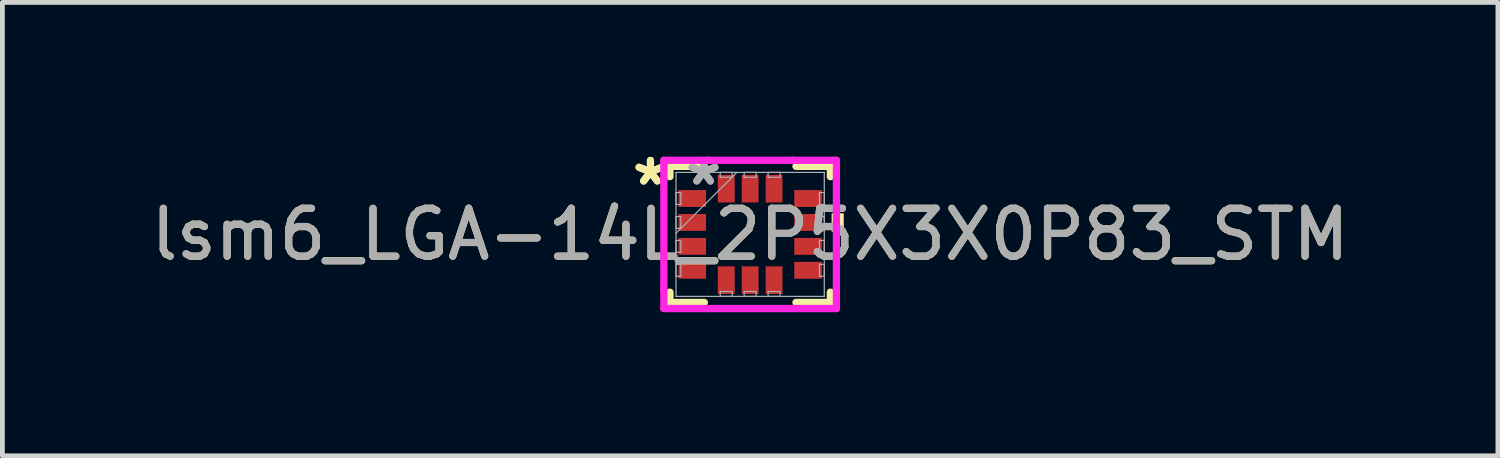
<source format=kicad_pcb>
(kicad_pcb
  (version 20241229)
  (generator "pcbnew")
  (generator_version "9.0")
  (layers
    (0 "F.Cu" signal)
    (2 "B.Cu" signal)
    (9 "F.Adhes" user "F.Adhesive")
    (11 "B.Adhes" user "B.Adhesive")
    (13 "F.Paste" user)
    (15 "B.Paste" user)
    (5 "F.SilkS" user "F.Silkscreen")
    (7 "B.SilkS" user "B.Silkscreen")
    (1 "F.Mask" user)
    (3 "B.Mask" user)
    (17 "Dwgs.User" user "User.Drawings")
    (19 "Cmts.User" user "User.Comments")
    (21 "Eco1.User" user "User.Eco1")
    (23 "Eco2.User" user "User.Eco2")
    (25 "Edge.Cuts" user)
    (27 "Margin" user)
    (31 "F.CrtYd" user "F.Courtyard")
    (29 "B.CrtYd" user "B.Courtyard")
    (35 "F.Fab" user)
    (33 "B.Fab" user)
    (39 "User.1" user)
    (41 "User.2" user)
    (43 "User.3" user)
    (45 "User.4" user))
  (footprint "lsm6_LGA-14L_2P5X3X0P83_STM"
    (layer "F.Cu")
    (at 12.625 1.848)
    (property "Reference" "lsm6_LGA-14L_2P5X3X0P83_STM" (at 0 0 0) (unlocked yes) (layer "F.SilkS") (effects (font (size 1 1) (thickness 0.15))))
    (attr smd)
    (fp_line (start -1.676 -1.422) (end -1.676 -1.207) (stroke (width 0.152) (type solid)) (layer "F.SilkS"))
    (fp_line (start -1.676 1.207) (end -1.676 1.422) (stroke (width 0.152) (type solid)) (layer "F.SilkS"))
    (fp_line (start -1.676 1.422) (end -0.957 1.422) (stroke (width 0.152) (type solid)) (layer "F.SilkS"))
    (fp_line (start -0.957 -1.422) (end -1.676 -1.422) (stroke (width 0.152) (type solid)) (layer "F.SilkS"))
    (fp_line (start 0.957 1.422) (end 1.676 1.422) (stroke (width 0.152) (type solid)) (layer "F.SilkS"))
    (fp_line (start 1.676 -1.422) (end 0.957 -1.422) (stroke (width 0.152) (type solid)) (layer "F.SilkS"))
    (fp_line (start 1.676 -1.207) (end 1.676 -1.422) (stroke (width 0.152) (type solid)) (layer "F.SilkS"))
    (fp_line (start 1.676 1.422) (end 1.676 1.207) (stroke (width 0.152) (type solid)) (layer "F.SilkS"))
    (fp_poly (pts (xy 1.956 -0.441) (xy 1.956 -0.059) (xy 1.702 -0.059) (xy 1.702 -0.441)) (stroke (width 0) (type solid)) (fill yes) (layer "F.SilkS"))
    (fp_line (start -1.803 -1.549) (end -0.879 -1.549) (stroke (width 0.152) (type solid)) (layer "F.CrtYd"))
    (fp_line (start -1.803 -1.129) (end -1.803 -1.549) (stroke (width 0.152) (type solid)) (layer "F.CrtYd"))
    (fp_line (start -1.803 -1.129) (end -1.803 -1.129) (stroke (width 0.152) (type solid)) (layer "F.CrtYd"))
    (fp_line (start -1.803 1.129) (end -1.803 -1.129) (stroke (width 0.152) (type solid)) (layer "F.CrtYd"))
    (fp_line (start -1.803 1.129) (end -1.803 1.129) (stroke (width 0.152) (type solid)) (layer "F.CrtYd"))
    (fp_line (start -1.803 1.549) (end -1.803 1.129) (stroke (width 0.152) (type solid)) (layer "F.CrtYd"))
    (fp_line (start -0.879 -1.549) (end -0.879 -1.549) (stroke (width 0.152) (type solid)) (layer "F.CrtYd"))
    (fp_line (start -0.879 -1.549) (end 0.879 -1.549) (stroke (width 0.152) (type solid)) (layer "F.CrtYd"))
    (fp_line (start -0.879 1.549) (end -1.803 1.549) (stroke (width 0.152) (type solid)) (layer "F.CrtYd"))
    (fp_line (start -0.879 1.549) (end -0.879 1.549) (stroke (width 0.152) (type solid)) (layer "F.CrtYd"))
    (fp_line (start 0.879 -1.549) (end 0.879 -1.549) (stroke (width 0.152) (type solid)) (layer "F.CrtYd"))
    (fp_line (start 0.879 -1.549) (end 1.803 -1.549) (stroke (width 0.152) (type solid)) (layer "F.CrtYd"))
    (fp_line (start 0.879 1.549) (end -0.879 1.549) (stroke (width 0.152) (type solid)) (layer "F.CrtYd"))
    (fp_line (start 0.879 1.549) (end 0.879 1.549) (stroke (width 0.152) (type solid)) (layer "F.CrtYd"))
    (fp_line (start 1.803 -1.549) (end 1.803 -1.129) (stroke (width 0.152) (type solid)) (layer "F.CrtYd"))
    (fp_line (start 1.803 -1.129) (end 1.803 -1.129) (stroke (width 0.152) (type solid)) (layer "F.CrtYd"))
    (fp_line (start 1.803 -1.129) (end 1.803 1.129) (stroke (width 0.152) (type solid)) (layer "F.CrtYd"))
    (fp_line (start 1.803 1.129) (end 1.803 1.129) (stroke (width 0.152) (type solid)) (layer "F.CrtYd"))
    (fp_line (start 1.803 1.129) (end 1.803 1.549) (stroke (width 0.152) (type solid)) (layer "F.CrtYd"))
    (fp_line (start 1.803 1.549) (end 0.879 1.549) (stroke (width 0.152) (type solid)) (layer "F.CrtYd"))
    (fp_line (start -1.549 -1.295) (end -1.549 -1.295) (stroke (width 0.025) (type solid)) (layer "F.Fab"))
    (fp_line (start -1.549 -1.295) (end -1.549 1.295) (stroke (width 0.025) (type solid)) (layer "F.Fab"))
    (fp_line (start -1.549 -0.875) (end -1.448 -0.875) (stroke (width 0.025) (type solid)) (layer "F.Fab"))
    (fp_line (start -1.549 -0.625) (end -1.549 -0.875) (stroke (width 0.025) (type solid)) (layer "F.Fab"))
    (fp_line (start -1.549 -0.375) (end -1.448 -0.375) (stroke (width 0.025) (type solid)) (layer "F.Fab"))
    (fp_line (start -1.549 -0.125) (end -1.549 -0.375) (stroke (width 0.025) (type solid)) (layer "F.Fab"))
    (fp_line (start -1.549 -0.025) (end -0.279 -1.295) (stroke (width 0.025) (type solid)) (layer "F.Fab"))
    (fp_line (start -1.549 0.125) (end -1.448 0.125) (stroke (width 0.025) (type solid)) (layer "F.Fab"))
    (fp_line (start -1.549 0.375) (end -1.549 0.125) (stroke (width 0.025) (type solid)) (layer "F.Fab"))
    (fp_line (start -1.549 0.625) (end -1.448 0.625) (stroke (width 0.025) (type solid)) (layer "F.Fab"))
    (fp_line (start -1.549 0.875) (end -1.549 0.625) (stroke (width 0.025) (type solid)) (layer "F.Fab"))
    (fp_line (start -1.549 1.295) (end -1.549 1.295) (stroke (width 0.025) (type solid)) (layer "F.Fab"))
    (fp_line (start -1.549 1.295) (end 1.549 1.295) (stroke (width 0.025) (type solid)) (layer "F.Fab"))
    (fp_line (start -1.448 -0.875) (end -1.448 -0.625) (stroke (width 0.025) (type solid)) (layer "F.Fab"))
    (fp_line (start -1.448 -0.625) (end -1.549 -0.625) (stroke (width 0.025) (type solid)) (layer "F.Fab"))
    (fp_line (start -1.448 -0.375) (end -1.448 -0.125) (stroke (width 0.025) (type solid)) (layer "F.Fab"))
    (fp_line (start -1.448 -0.125) (end -1.549 -0.125) (stroke (width 0.025) (type solid)) (layer "F.Fab"))
    (fp_line (start -1.448 0.125) (end -1.448 0.375) (stroke (width 0.025) (type solid)) (layer "F.Fab"))
    (fp_line (start -1.448 0.375) (end -1.549 0.375) (stroke (width 0.025) (type solid)) (layer "F.Fab"))
    (fp_line (start -1.448 0.625) (end -1.448 0.875) (stroke (width 0.025) (type solid)) (layer "F.Fab"))
    (fp_line (start -1.448 0.875) (end -1.549 0.875) (stroke (width 0.025) (type solid)) (layer "F.Fab"))
    (fp_line (start -0.625 -1.295) (end -0.375 -1.295) (stroke (width 0.025) (type solid)) (layer "F.Fab"))
    (fp_line (start -0.625 -1.194) (end -0.625 -1.295) (stroke (width 0.025) (type solid)) (layer "F.Fab"))
    (fp_line (start -0.625 1.194) (end -0.375 1.194) (stroke (width 0.025) (type solid)) (layer "F.Fab"))
    (fp_line (start -0.625 1.295) (end -0.625 1.194) (stroke (width 0.025) (type solid)) (layer "F.Fab"))
    (fp_line (start -0.375 -1.295) (end -0.375 -1.194) (stroke (width 0.025) (type solid)) (layer "F.Fab"))
    (fp_line (start -0.375 -1.194) (end -0.625 -1.194) (stroke (width 0.025) (type solid)) (layer "F.Fab"))
    (fp_line (start -0.375 1.194) (end -0.375 1.295) (stroke (width 0.025) (type solid)) (layer "F.Fab"))
    (fp_line (start -0.375 1.295) (end -0.625 1.295) (stroke (width 0.025) (type solid)) (layer "F.Fab"))
    (fp_line (start -0.125 -1.295) (end 0.125 -1.295) (stroke (width 0.025) (type solid)) (layer "F.Fab"))
    (fp_line (start -0.125 -1.194) (end -0.125 -1.295) (stroke (width 0.025) (type solid)) (layer "F.Fab"))
    (fp_line (start -0.125 1.194) (end 0.125 1.194) (stroke (width 0.025) (type solid)) (layer "F.Fab"))
    (fp_line (start -0.125 1.295) (end -0.125 1.194) (stroke (width 0.025) (type solid)) (layer "F.Fab"))
    (fp_line (start 0.125 -1.295) (end 0.125 -1.194) (stroke (width 0.025) (type solid)) (layer "F.Fab"))
    (fp_line (start 0.125 -1.194) (end -0.125 -1.194) (stroke (width 0.025) (type solid)) (layer "F.Fab"))
    (fp_line (start 0.125 1.194) (end 0.125 1.295) (stroke (width 0.025) (type solid)) (layer "F.Fab"))
    (fp_line (start 0.125 1.295) (end -0.125 1.295) (stroke (width 0.025) (type solid)) (layer "F.Fab"))
    (fp_line (start 0.375 -1.295) (end 0.625 -1.295) (stroke (width 0.025) (type solid)) (layer "F.Fab"))
    (fp_line (start 0.375 -1.194) (end 0.375 -1.295) (stroke (width 0.025) (type solid)) (layer "F.Fab"))
    (fp_line (start 0.375 1.194) (end 0.625 1.194) (stroke (width 0.025) (type solid)) (layer "F.Fab"))
    (fp_line (start 0.375 1.295) (end 0.375 1.194) (stroke (width 0.025) (type solid)) (layer "F.Fab"))
    (fp_line (start 0.625 -1.295) (end 0.625 -1.194) (stroke (width 0.025) (type solid)) (layer "F.Fab"))
    (fp_line (start 0.625 -1.194) (end 0.375 -1.194) (stroke (width 0.025) (type solid)) (layer "F.Fab"))
    (fp_line (start 0.625 1.194) (end 0.625 1.295) (stroke (width 0.025) (type solid)) (layer "F.Fab"))
    (fp_line (start 0.625 1.295) (end 0.375 1.295) (stroke (width 0.025) (type solid)) (layer "F.Fab"))
    (fp_line (start 1.448 -0.875) (end 1.549 -0.875) (stroke (width 0.025) (type solid)) (layer "F.Fab"))
    (fp_line (start 1.448 -0.625) (end 1.448 -0.875) (stroke (width 0.025) (type solid)) (layer "F.Fab"))
    (fp_line (start 1.448 -0.375) (end 1.549 -0.375) (stroke (width 0.025) (type solid)) (layer "F.Fab"))
    (fp_line (start 1.448 -0.125) (end 1.448 -0.375) (stroke (width 0.025) (type solid)) (layer "F.Fab"))
    (fp_line (start 1.448 0.125) (end 1.549 0.125) (stroke (width 0.025) (type solid)) (layer "F.Fab"))
    (fp_line (start 1.448 0.375) (end 1.448 0.125) (stroke (width 0.025) (type solid)) (layer "F.Fab"))
    (fp_line (start 1.448 0.625) (end 1.549 0.625) (stroke (width 0.025) (type solid)) (layer "F.Fab"))
    (fp_line (start 1.448 0.875) (end 1.448 0.625) (stroke (width 0.025) (type solid)) (layer "F.Fab"))
    (fp_line (start 1.549 -1.295) (end -1.549 -1.295) (stroke (width 0.025) (type solid)) (layer "F.Fab"))
    (fp_line (start 1.549 -1.295) (end 1.549 -1.295) (stroke (width 0.025) (type solid)) (layer "F.Fab"))
    (fp_line (start 1.549 -0.875) (end 1.549 -0.625) (stroke (width 0.025) (type solid)) (layer "F.Fab"))
    (fp_line (start 1.549 -0.625) (end 1.448 -0.625) (stroke (width 0.025) (type solid)) (layer "F.Fab"))
    (fp_line (start 1.549 -0.375) (end 1.549 -0.125) (stroke (width 0.025) (type solid)) (layer "F.Fab"))
    (fp_line (start 1.549 -0.125) (end 1.448 -0.125) (stroke (width 0.025) (type solid)) (layer "F.Fab"))
    (fp_line (start 1.549 0.125) (end 1.549 0.375) (stroke (width 0.025) (type solid)) (layer "F.Fab"))
    (fp_line (start 1.549 0.375) (end 1.448 0.375) (stroke (width 0.025) (type solid)) (layer "F.Fab"))
    (fp_line (start 1.549 0.625) (end 1.549 0.875) (stroke (width 0.025) (type solid)) (layer "F.Fab"))
    (fp_line (start 1.549 0.875) (end 1.448 0.875) (stroke (width 0.025) (type solid)) (layer "F.Fab"))
    (fp_line (start 1.549 1.295) (end 1.549 -1.295) (stroke (width 0.025) (type solid)) (layer "F.Fab"))
    (fp_line (start 1.549 1.295) (end 1.549 1.295) (stroke (width 0.025) (type solid)) (layer "F.Fab"))
    (fp_text user "*" (at -2.083 -1 0) (layer "F.SilkS") (effects (font (size 1 1) (thickness 0.15))))
    (fp_text user "*" (at -2.083 -1 0) (unlocked yes) (layer "F.SilkS") (effects (font (size 1 1) (thickness 0.15))))
    (fp_text user "*" (at -0.973 -1 0) (layer "F.Fab") (effects (font (size 1 1) (thickness 0.15))))
    (fp_text user "${REFERENCE}" (at 0 0 0) (unlocked yes) (layer "F.Fab") (effects (font (size 1 1) (thickness 0.15))))
    (fp_text user "*" (at -0.973 -1 0) (unlocked yes) (layer "F.Fab") (effects (font (size 1 1) (thickness 0.15))))
    (pad "1" smd rect (at -1.21 -0.75 90) (size 0.352 0.577) (layers "F.Cu" "F.Mask" "F.Paste"))
    (pad "2" smd rect (at -1.21 -0.25 90) (size 0.352 0.577) (layers "F.Cu" "F.Mask" "F.Paste"))
    (pad "3" smd rect (at -1.21 0.25 90) (size 0.352 0.577) (layers "F.Cu" "F.Mask" "F.Paste"))
    (pad "4" smd rect (at -1.21 0.75 90) (size 0.352 0.577) (layers "F.Cu" "F.Mask" "F.Paste"))
    (pad "5" smd rect (at -0.5 0.956) (size 0.352 0.577) (layers "F.Cu" "F.Mask" "F.Paste"))
    (pad "6" smd rect (at 0 0.956) (size 0.352 0.577) (layers "F.Cu" "F.Mask" "F.Paste"))
    (pad "7" smd rect (at 0.5 0.956) (size 0.352 0.577) (layers "F.Cu" "F.Mask" "F.Paste"))
    (pad "8" smd rect (at 1.21 0.75 90) (size 0.352 0.577) (layers "F.Cu" "F.Mask" "F.Paste"))
    (pad "9" smd rect (at 1.21 0.25 90) (size 0.352 0.577) (layers "F.Cu" "F.Mask" "F.Paste"))
    (pad "10" smd rect (at 1.21 -0.25 90) (size 0.352 0.577) (layers "F.Cu" "F.Mask" "F.Paste"))
    (pad "11" smd rect (at 1.21 -0.75 90) (size 0.352 0.577) (layers "F.Cu" "F.Mask" "F.Paste"))
    (pad "12" smd rect (at 0.5 -0.956) (size 0.352 0.577) (layers "F.Cu" "F.Mask" "F.Paste"))
    (pad "13" smd rect (at 0 -0.956) (size 0.352 0.577) (layers "F.Cu" "F.Mask" "F.Paste"))
    (pad "14" smd rect (at -0.5 -0.956) (size 0.352 0.577) (layers "F.Cu" "F.Mask" "F.Paste")))
  (gr_rect
    (start -3 -3)
    (end 28.25 6.474)
    (stroke (width 0.1) (type default))
    (fill no)
    (layer "Edge.Cuts")))
</source>
